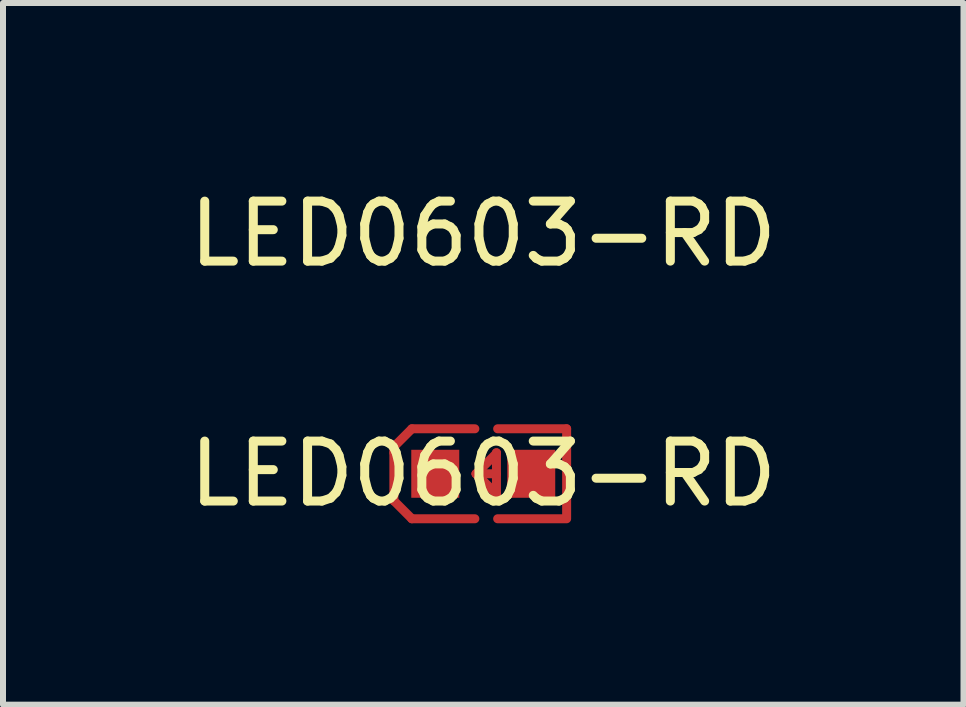
<source format=kicad_pcb>
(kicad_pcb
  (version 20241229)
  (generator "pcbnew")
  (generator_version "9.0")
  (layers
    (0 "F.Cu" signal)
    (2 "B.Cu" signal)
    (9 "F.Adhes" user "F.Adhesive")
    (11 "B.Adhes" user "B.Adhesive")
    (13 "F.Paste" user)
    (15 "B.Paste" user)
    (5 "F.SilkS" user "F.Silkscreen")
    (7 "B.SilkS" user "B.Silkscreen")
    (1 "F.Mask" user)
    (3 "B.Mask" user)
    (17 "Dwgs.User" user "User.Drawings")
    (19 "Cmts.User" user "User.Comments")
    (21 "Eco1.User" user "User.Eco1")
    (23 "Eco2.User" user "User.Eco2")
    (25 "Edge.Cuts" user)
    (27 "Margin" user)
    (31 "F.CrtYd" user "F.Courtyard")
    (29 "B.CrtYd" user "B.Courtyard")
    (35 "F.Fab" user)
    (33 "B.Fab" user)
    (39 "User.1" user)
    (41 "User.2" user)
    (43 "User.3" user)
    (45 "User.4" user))
  (footprint "LED0603-RD"
    (layer "F.Cu")
    (at 5.006 4.848)
    (property "Reference" "LED0603-RD" (at 0 -4 0) (layer "F.SilkS") (effects (font (size 1 1) (thickness 0.15))))
    (attr smd)
    (fp_line (start -1.49 -0.45) (end -1.19 -0.75) (stroke (width 0.15) (type solid)) (layer "F.Cu"))
    (fp_line (start -1.49 -0.35) (end -1.49 -0.45) (stroke (width 0.15) (type solid)) (layer "F.Cu"))
    (fp_line (start -1.49 -0.35) (end -1.49 0.35) (stroke (width 0.15) (type solid)) (layer "F.Cu"))
    (fp_line (start -1.49 0.35) (end -1.49 0.45) (stroke (width 0.15) (type solid)) (layer "F.Cu"))
    (fp_line (start -1.49 0.45) (end -1.19 0.75) (stroke (width 0.15) (type solid)) (layer "F.Cu"))
    (fp_line (start -0.14 -0.75) (end -1.19 -0.75) (stroke (width 0.15) (type solid)) (layer "F.Cu"))
    (fp_line (start -0.14 0.75) (end -1.19 0.75) (stroke (width 0.15) (type solid)) (layer "F.Cu"))
    (fp_line (start 0.21 0.33) (end -0.12 0) (stroke (width 0.15) (type solid)) (layer "F.Cu"))
    (fp_line (start 0.22 -0.35) (end 0.22 -0.34) (stroke (width 0.15) (type solid)) (layer "F.Cu"))
    (fp_line (start 0.22 -0.35) (end 0.22 0.33) (stroke (width 0.15) (type solid)) (layer "F.Cu"))
    (fp_line (start 0.22 -0.34) (end -0.12 0) (stroke (width 0.15) (type solid)) (layer "F.Cu"))
    (fp_line (start 0.22 0) (end -0.12 0) (stroke (width 0.15) (type solid)) (layer "F.Cu"))
    (fp_line (start 0.22 0.33) (end 0.21 0.33) (stroke (width 0.15) (type solid)) (layer "F.Cu"))
    (fp_line (start 0.24 -0.75) (end 1.39 -0.75) (stroke (width 0.15) (type solid)) (layer "F.Cu"))
    (fp_line (start 0.24 0.75) (end 1.39 0.75) (stroke (width 0.15) (type solid)) (layer "F.Cu"))
    (fp_line (start 1.39 -0.75) (end 1.39 0.73) (stroke (width 0.15) (type solid)) (layer "F.Cu"))
    (fp_circle (center -0.8 0.4) (end -0.77 0.4) (stroke (width 0.06) (type solid)) (fill no) (layer "F.Cu"))
    (fp_text user "${REFERENCE}" (at 0 0 0) (layer "F.SilkS") (effects (font (size 1 1) (thickness 0.15))))
    (pad "1" smd rect (at -0.8 0 90) (size 0.8 0.8) (layers "F.Cu" "F.Mask" "F.Paste"))
    (pad "2" smd rect (at 0.8 0 90) (size 0.8 0.8) (layers "F.Cu" "F.Mask" "F.Paste")))
  (gr_rect
    (start -3 -3)
    (end 13.012 8.697)
    (stroke (width 0.1) (type default))
    (fill no)
    (layer "Edge.Cuts")))
</source>
